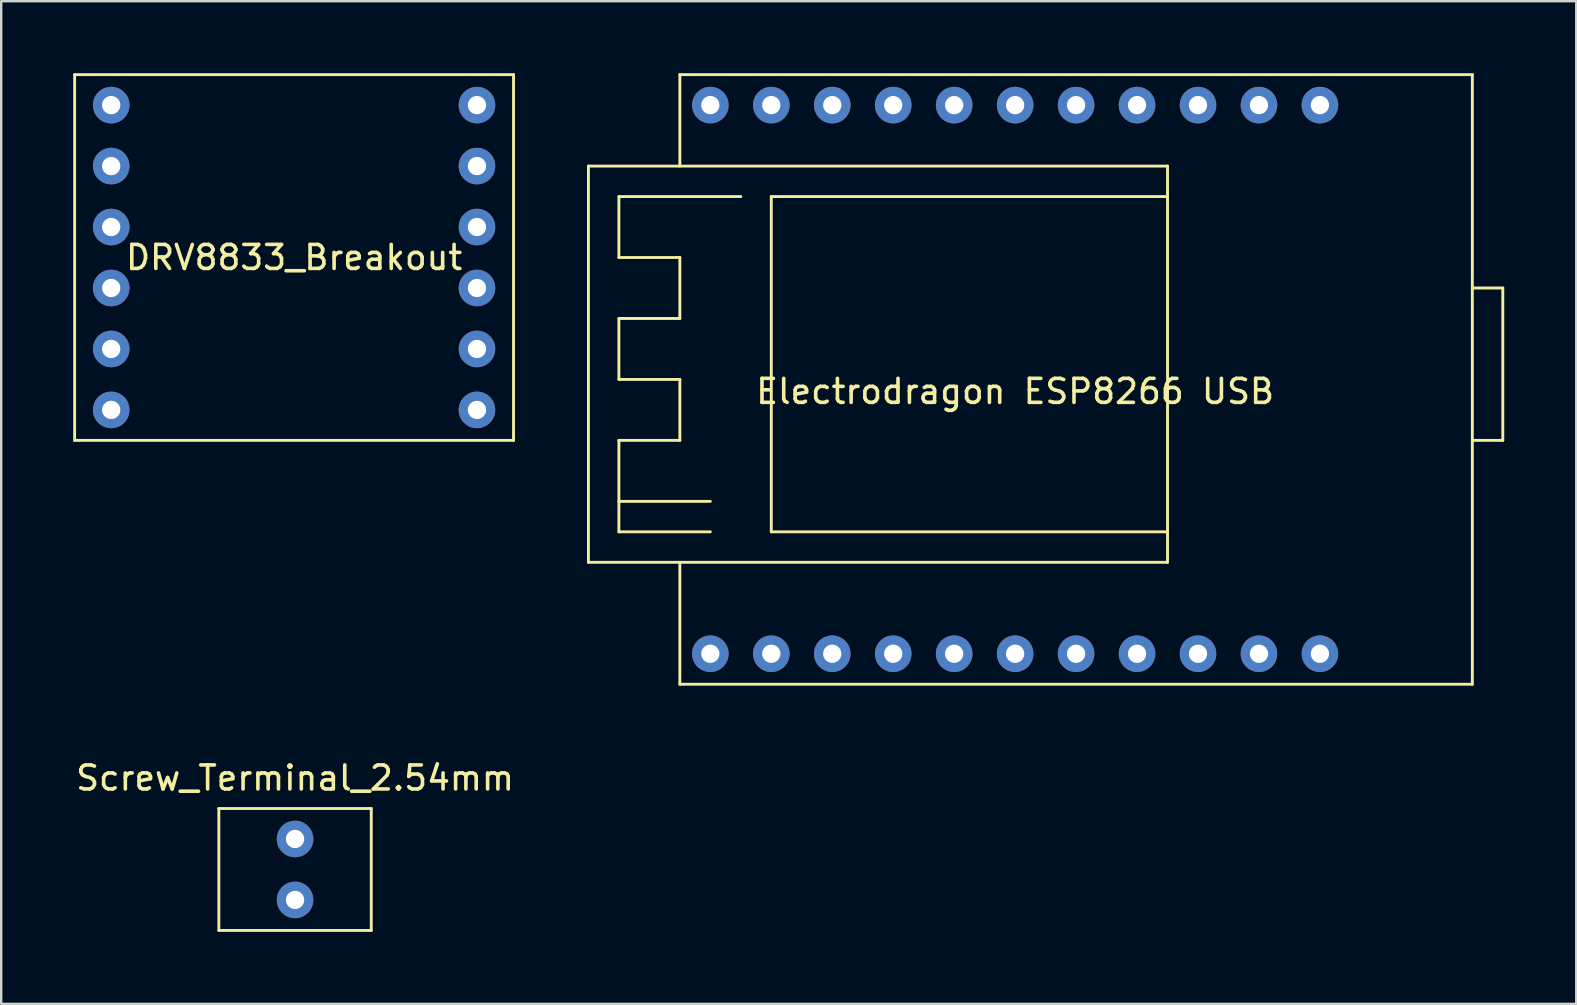
<source format=kicad_pcb>
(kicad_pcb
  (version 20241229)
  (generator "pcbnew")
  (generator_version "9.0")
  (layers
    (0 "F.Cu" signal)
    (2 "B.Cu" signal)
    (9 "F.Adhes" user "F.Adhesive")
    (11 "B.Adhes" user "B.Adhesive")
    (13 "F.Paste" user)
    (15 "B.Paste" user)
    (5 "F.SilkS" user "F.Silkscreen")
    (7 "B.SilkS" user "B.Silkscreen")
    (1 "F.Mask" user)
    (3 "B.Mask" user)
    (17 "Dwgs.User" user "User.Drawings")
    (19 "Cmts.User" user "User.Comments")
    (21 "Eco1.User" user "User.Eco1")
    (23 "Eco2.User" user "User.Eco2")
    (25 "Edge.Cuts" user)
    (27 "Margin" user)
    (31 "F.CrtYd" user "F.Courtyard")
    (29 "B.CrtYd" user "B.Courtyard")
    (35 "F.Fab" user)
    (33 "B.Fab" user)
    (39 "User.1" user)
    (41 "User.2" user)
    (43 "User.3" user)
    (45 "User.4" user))
  (footprint "DRV8833_Breakout"
    (layer "F.Cu")
    (at 9.204 7.68)
    (property "Reference" "DRV8833_Breakout" (at 0 0 0) (layer "F.SilkS") (effects (font (size 1 1) (thickness 0.15))))
    (attr through_hole)
    (fp_line (start -9.144 -7.62) (end 9.144 -7.62) (stroke (width 0.12) (type solid)) (layer "F.SilkS"))
    (fp_line (start -9.144 7.62) (end -9.144 -7.62) (stroke (width 0.12) (type solid)) (layer "F.SilkS"))
    (fp_line (start 9.144 -7.62) (end 9.144 7.62) (stroke (width 0.12) (type solid)) (layer "F.SilkS"))
    (fp_line (start 9.144 7.62) (end -9.144 7.62) (stroke (width 0.12) (type solid)) (layer "F.SilkS"))
    (pad "1" thru_hole circle (at -7.62 -6.35) (size 1.524 1.524) (drill 0.762) (layers "*.Cu" "*.Mask"))
    (pad "2" thru_hole circle (at -7.62 -3.81) (size 1.524 1.524) (drill 0.762) (layers "*.Cu" "*.Mask"))
    (pad "3" thru_hole circle (at -7.62 -1.27) (size 1.524 1.524) (drill 0.762) (layers "*.Cu" "*.Mask"))
    (pad "4" thru_hole circle (at -7.62 1.27) (size 1.524 1.524) (drill 0.762) (layers "*.Cu" "*.Mask"))
    (pad "5" thru_hole circle (at -7.62 3.81) (size 1.524 1.524) (drill 0.762) (layers "*.Cu" "*.Mask"))
    (pad "6" thru_hole circle (at -7.62 6.35) (size 1.524 1.524) (drill 0.762) (layers "*.Cu" "*.Mask"))
    (pad "7" thru_hole circle (at 7.62 -6.35) (size 1.524 1.524) (drill 0.762) (layers "*.Cu" "*.Mask"))
    (pad "8" thru_hole circle (at 7.62 -3.81) (size 1.524 1.524) (drill 0.762) (layers "*.Cu" "*.Mask"))
    (pad "9" thru_hole circle (at 7.62 -1.27) (size 1.524 1.524) (drill 0.762) (layers "*.Cu" "*.Mask"))
    (pad "10" thru_hole circle (at 7.62 1.27) (size 1.524 1.524) (drill 0.762) (layers "*.Cu" "*.Mask"))
    (pad "11" thru_hole circle (at 7.62 3.81) (size 1.524 1.524) (drill 0.762) (layers "*.Cu" "*.Mask"))
    (pad "12" thru_hole circle (at 7.62 6.35) (size 1.524 1.524) (drill 0.762) (layers "*.Cu" "*.Mask")))
  (footprint "Screw_Terminal_2.54mm"
    (layer "F.Cu")
    (at 9.244 33.178)
    (property "Reference" "Screw_Terminal_2.54mm" (at 0 -3.81 0) (layer "F.SilkS") (effects (font (size 1 1) (thickness 0.15))))
    (attr through_hole)
    (fp_line (start -3.175 -2.54) (end -3.175 2.54) (stroke (width 0.12) (type solid)) (layer "F.SilkS"))
    (fp_line (start -3.175 2.54) (end 3.175 2.54) (stroke (width 0.12) (type solid)) (layer "F.SilkS"))
    (fp_line (start 3.175 -2.54) (end -3.175 -2.54) (stroke (width 0.12) (type solid)) (layer "F.SilkS"))
    (fp_line (start 3.175 2.54) (end 3.175 -2.54) (stroke (width 0.12) (type solid)) (layer "F.SilkS"))
    (pad "1" thru_hole circle (at 0 -1.27) (size 1.524 1.524) (drill 0.762) (layers "*.Cu" "*.Mask"))
    (pad "2" thru_hole circle (at 0 1.27) (size 1.524 1.524) (drill 0.762) (layers "*.Cu" "*.Mask")))
  (footprint "Electrodragon ESP8266 USB"
    (layer "F.Cu")
    (at 39.248 12.76)
    (property "Reference" "Electrodragon ESP8266 USB" (at 0 0.5 0) (layer "F.SilkS") (effects (font (size 1 1) (thickness 0.15))))
    (attr through_hole)
    (fp_line (start -17.78 -8.89) (end -17.78 7.62) (stroke (width 0.12) (type solid)) (layer "F.SilkS"))
    (fp_line (start -16.51 -7.62) (end -16.51 -5.08) (stroke (width 0.12) (type solid)) (layer "F.SilkS"))
    (fp_line (start -16.51 -5.08) (end -13.97 -5.08) (stroke (width 0.12) (type solid)) (layer "F.SilkS"))
    (fp_line (start -16.51 -2.54) (end -16.51 0) (stroke (width 0.12) (type solid)) (layer "F.SilkS"))
    (fp_line (start -16.51 0) (end -13.97 0) (stroke (width 0.12) (type solid)) (layer "F.SilkS"))
    (fp_line (start -16.51 2.54) (end -16.51 6.35) (stroke (width 0.12) (type solid)) (layer "F.SilkS"))
    (fp_line (start -16.51 5.08) (end -12.7 5.08) (stroke (width 0.12) (type solid)) (layer "F.SilkS"))
    (fp_line (start -16.51 6.35) (end -12.7 6.35) (stroke (width 0.12) (type solid)) (layer "F.SilkS"))
    (fp_line (start -13.97 -12.7) (end -13.97 -8.89) (stroke (width 0.12) (type solid)) (layer "F.SilkS"))
    (fp_line (start -13.97 -5.08) (end -13.97 -2.54) (stroke (width 0.12) (type solid)) (layer "F.SilkS"))
    (fp_line (start -13.97 -2.54) (end -16.51 -2.54) (stroke (width 0.12) (type solid)) (layer "F.SilkS"))
    (fp_line (start -13.97 0) (end -13.97 2.54) (stroke (width 0.12) (type solid)) (layer "F.SilkS"))
    (fp_line (start -13.97 2.54) (end -16.51 2.54) (stroke (width 0.12) (type solid)) (layer "F.SilkS"))
    (fp_line (start -13.97 12.7) (end -13.97 7.62) (stroke (width 0.12) (type solid)) (layer "F.SilkS"))
    (fp_line (start -13.97 12.7) (end 19.05 12.7) (stroke (width 0.12) (type solid)) (layer "F.SilkS"))
    (fp_line (start -11.43 -7.62) (end -16.51 -7.62) (stroke (width 0.12) (type solid)) (layer "F.SilkS"))
    (fp_line (start -10.16 -7.62) (end 6.35 -7.62) (stroke (width 0.12) (type solid)) (layer "F.SilkS"))
    (fp_line (start -10.16 6.35) (end -10.16 -7.62) (stroke (width 0.12) (type solid)) (layer "F.SilkS"))
    (fp_line (start -10.16 6.35) (end 6.35 6.35) (stroke (width 0.12) (type solid)) (layer "F.SilkS"))
    (fp_line (start 6.35 -8.89) (end -17.78 -8.89) (stroke (width 0.12) (type solid)) (layer "F.SilkS"))
    (fp_line (start 6.35 7.62) (end -17.78 7.62) (stroke (width 0.12) (type solid)) (layer "F.SilkS"))
    (fp_line (start 6.35 7.62) (end 6.35 -8.89) (stroke (width 0.12) (type solid)) (layer "F.SilkS"))
    (fp_line (start 19.05 -12.7) (end -13.97 -12.7) (stroke (width 0.12) (type solid)) (layer "F.SilkS"))
    (fp_line (start 19.05 -3.81) (end 20.32 -3.81) (stroke (width 0.12) (type solid)) (layer "F.SilkS"))
    (fp_line (start 19.05 12.7) (end 19.05 -12.7) (stroke (width 0.12) (type solid)) (layer "F.SilkS"))
    (fp_line (start 20.32 -3.81) (end 20.32 2.54) (stroke (width 0.12) (type solid)) (layer "F.SilkS"))
    (fp_line (start 20.32 2.54) (end 19.05 2.54) (stroke (width 0.12) (type solid)) (layer "F.SilkS"))
    (pad "1" thru_hole circle (at -12.7 -11.43) (size 1.524 1.524) (drill 0.762) (layers "*.Cu" "*.Mask"))
    (pad "2" thru_hole circle (at -10.16 -11.43) (size 1.524 1.524) (drill 0.762) (layers "*.Cu" "*.Mask"))
    (pad "3" thru_hole circle (at -7.62 -11.43) (size 1.524 1.524) (drill 0.762) (layers "*.Cu" "*.Mask"))
    (pad "4" thru_hole circle (at -5.08 -11.43 90) (size 1.524 1.524) (drill 0.762) (layers "*.Cu" "*.Mask"))
    (pad "5" thru_hole circle (at -2.54 -11.43) (size 1.524 1.524) (drill 0.762) (layers "*.Cu" "*.Mask"))
    (pad "6" thru_hole circle (at 0 -11.43) (size 1.524 1.524) (drill 0.762) (layers "*.Cu" "*.Mask"))
    (pad "7" thru_hole circle (at 2.54 -11.43) (size 1.524 1.524) (drill 0.762) (layers "*.Cu" "*.Mask"))
    (pad "8" thru_hole circle (at 5.08 -11.43) (size 1.524 1.524) (drill 0.762) (layers "*.Cu" "*.Mask"))
    (pad "9" thru_hole circle (at 7.62 -11.43) (size 1.524 1.524) (drill 0.762) (layers "*.Cu" "*.Mask"))
    (pad "10" thru_hole circle (at 10.16 -11.43) (size 1.524 1.524) (drill 0.762) (layers "*.Cu" "*.Mask"))
    (pad "11" thru_hole circle (at 12.7 -11.43) (size 1.524 1.524) (drill 0.762) (layers "*.Cu" "*.Mask"))
    (pad "12" thru_hole circle (at -12.7 11.43) (size 1.524 1.524) (drill 0.762) (layers "*.Cu" "*.Mask"))
    (pad "13" thru_hole circle (at -10.16 11.43) (size 1.524 1.524) (drill 0.762) (layers "*.Cu" "*.Mask"))
    (pad "14" thru_hole circle (at -7.62 11.43) (size 1.524 1.524) (drill 0.762) (layers "*.Cu" "*.Mask"))
    (pad "15" thru_hole circle (at -5.08 11.43) (size 1.524 1.524) (drill 0.762) (layers "*.Cu" "*.Mask"))
    (pad "16" thru_hole circle (at -2.54 11.43) (size 1.524 1.524) (drill 0.762) (layers "*.Cu" "*.Mask"))
    (pad "17" thru_hole circle (at 0 11.43) (size 1.524 1.524) (drill 0.762) (layers "*.Cu" "*.Mask"))
    (pad "18" thru_hole circle (at 2.54 11.43) (size 1.524 1.524) (drill 0.762) (layers "*.Cu" "*.Mask"))
    (pad "19" thru_hole circle (at 5.08 11.43) (size 1.524 1.524) (drill 0.762) (layers "*.Cu" "*.Mask"))
    (pad "20" thru_hole circle (at 7.62 11.43) (size 1.524 1.524) (drill 0.762) (layers "*.Cu" "*.Mask"))
    (pad "21" thru_hole circle (at 10.16 11.43) (size 1.524 1.524) (drill 0.762) (layers "*.Cu" "*.Mask"))
    (pad "22" thru_hole circle (at 12.7 11.43) (size 1.524 1.524) (drill 0.762) (layers "*.Cu" "*.Mask")))
  (gr_rect
    (start -3 -3)
    (end 62.628 38.778)
    (stroke (width 0.1) (type default))
    (fill no)
    (layer "Edge.Cuts")))
</source>
